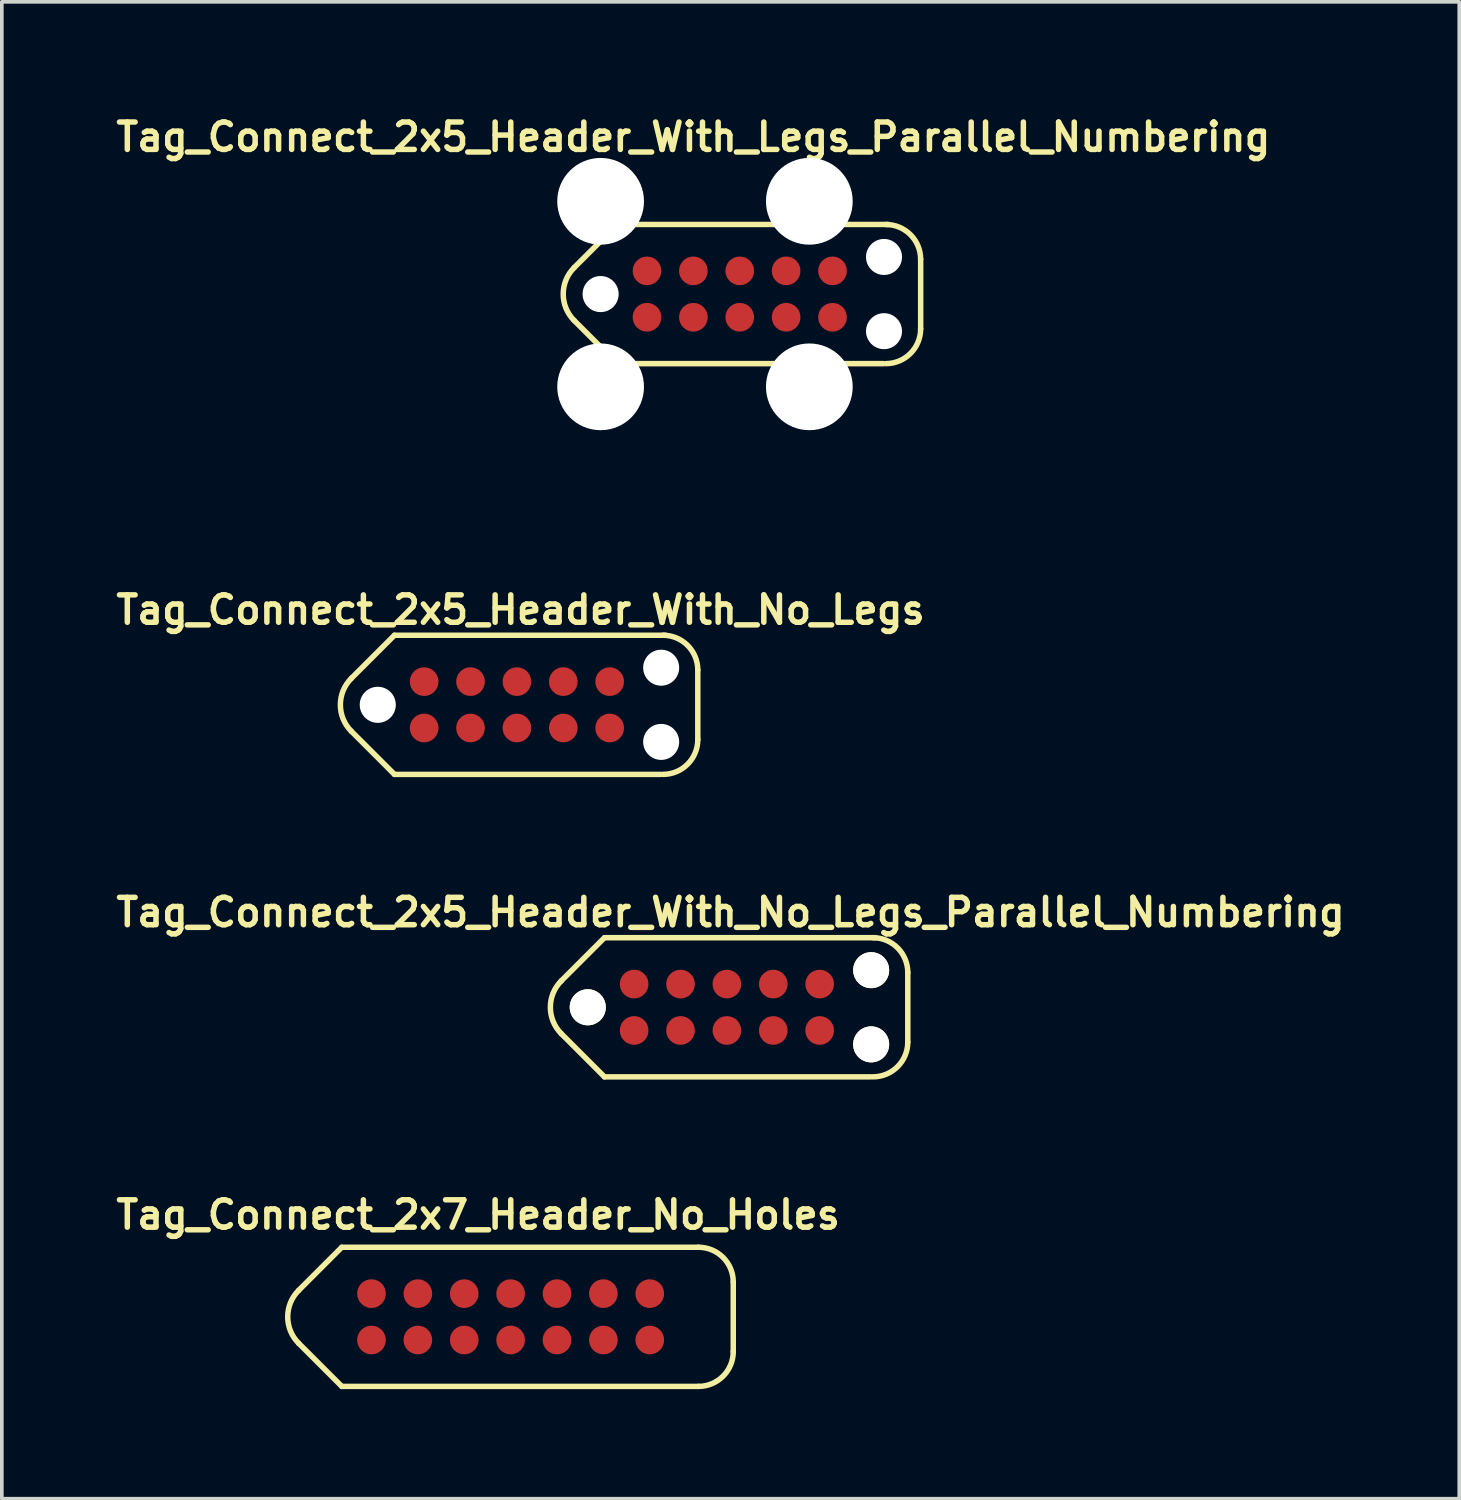
<source format=kicad_pcb>
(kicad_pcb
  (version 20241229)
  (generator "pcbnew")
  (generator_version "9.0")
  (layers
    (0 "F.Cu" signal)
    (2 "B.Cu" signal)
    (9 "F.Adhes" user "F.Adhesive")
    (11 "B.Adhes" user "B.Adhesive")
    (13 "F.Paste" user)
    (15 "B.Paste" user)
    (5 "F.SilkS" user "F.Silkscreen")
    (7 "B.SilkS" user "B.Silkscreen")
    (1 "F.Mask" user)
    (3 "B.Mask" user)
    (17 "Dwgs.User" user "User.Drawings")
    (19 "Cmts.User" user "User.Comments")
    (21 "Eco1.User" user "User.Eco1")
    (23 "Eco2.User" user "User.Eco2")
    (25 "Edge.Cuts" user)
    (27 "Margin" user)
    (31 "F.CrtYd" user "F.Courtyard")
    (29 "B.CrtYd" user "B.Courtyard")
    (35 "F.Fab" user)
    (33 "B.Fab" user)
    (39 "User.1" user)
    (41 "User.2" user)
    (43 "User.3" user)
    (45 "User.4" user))
  (footprint "Tag_Connect_2x7_Header_No_Holes"
    (layer "F.Cu")
    (at 10.932 33.007)
    (property "Reference" "Tag_Connect_2x7_Header_No_Holes" (at -0.889 -2.794 0) (layer "F.SilkS") (effects (font (size 0.75 0.75) (thickness 0.15))))
    (attr exclude_from_pos_files exclude_from_bom)
    (fp_line (start -5.804 -0.724) (end -4.623 -1.905) (stroke (width 0.15) (type solid)) (layer "F.SilkS"))
    (fp_line (start -5.804 0.724) (end -4.623 1.905) (stroke (width 0.15) (type solid)) (layer "F.SilkS"))
    (fp_line (start 5.144 -1.905) (end -4.623 -1.905) (stroke (width 0.15) (type solid)) (layer "F.SilkS"))
    (fp_line (start 5.144 1.905) (end -4.623 1.905) (stroke (width 0.15) (type solid)) (layer "F.SilkS"))
    (fp_line (start 6.096 -0.953) (end 6.096 0.953) (stroke (width 0.15) (type solid)) (layer "F.SilkS"))
    (fp_arc (start -5.8039 0.7239) (mid -6.103749 0) (end -5.8039 -0.7239) (stroke (width 0.15) (type solid)) (layer "F.SilkS"))
    (fp_arc (start 5.1435 -1.905) (mid 5.817019 -1.626019) (end 6.096 -0.9525) (stroke (width 0.15) (type solid)) (layer "F.SilkS"))
    (fp_arc (start 6.096 0.9525) (mid 5.817019 1.626019) (end 5.1435 1.905) (stroke (width 0.15) (type solid)) (layer "F.SilkS"))
    (pad "1" connect circle (at -3.81 0.635) (size 0.785 0.785) (layers "F.Cu" "F.Mask"))
    (pad "2" connect circle (at -2.54 0.635) (size 0.785 0.785) (layers "F.Cu" "F.Mask"))
    (pad "3" connect circle (at -1.27 0.635) (size 0.785 0.785) (layers "F.Cu" "F.Mask"))
    (pad "4" connect circle (at 0 0.635) (size 0.785 0.785) (layers "F.Cu" "F.Mask"))
    (pad "5" connect circle (at 1.27 0.635) (size 0.785 0.785) (layers "F.Cu" "F.Mask"))
    (pad "6" connect circle (at 2.54 0.635) (size 0.785 0.785) (layers "F.Cu" "F.Mask"))
    (pad "7" connect circle (at 3.81 0.635) (size 0.785 0.785) (layers "F.Cu" "F.Mask"))
    (pad "8" connect circle (at 3.81 -0.635) (size 0.785 0.785) (layers "F.Cu" "F.Mask"))
    (pad "9" connect circle (at 2.54 -0.635) (size 0.785 0.785) (layers "F.Cu" "F.Mask"))
    (pad "10" connect circle (at 1.27 -0.635) (size 0.785 0.785) (layers "F.Cu" "F.Mask"))
    (pad "11" connect circle (at 0 -0.635) (size 0.785 0.785) (layers "F.Cu" "F.Mask"))
    (pad "12" connect circle (at -1.27 -0.635) (size 0.785 0.785) (layers "F.Cu" "F.Mask"))
    (pad "13" connect circle (at -2.54 -0.635) (size 0.785 0.785) (layers "F.Cu" "F.Mask"))
    (pad "14" connect circle (at -3.81 -0.635) (size 0.785 0.785) (layers "F.Cu" "F.Mask")))
  (footprint "Tag_Connect_2x5_Header_With_No_Legs_Parallel_Numbering"
    (layer "F.Cu")
    (at 16.854 24.531)
    (property "Reference" "Tag_Connect_2x5_Header_With_No_Legs_Parallel_Numbering" (at 0.1 -2.6 0) (layer "F.SilkS") (effects (font (size 0.75 0.75) (thickness 0.15))))
    (attr exclude_from_pos_files exclude_from_bom)
    (fp_line (start -4.534 -0.724) (end -3.353 -1.905) (stroke (width 0.15) (type solid)) (layer "F.SilkS"))
    (fp_line (start -4.534 0.724) (end -3.353 1.905) (stroke (width 0.15) (type solid)) (layer "F.SilkS"))
    (fp_line (start 3.937 1.905) (end -3.353 1.905) (stroke (width 0.15) (type solid)) (layer "F.SilkS"))
    (fp_line (start 4.064 -1.905) (end -3.353 -1.905) (stroke (width 0.15) (type solid)) (layer "F.SilkS"))
    (fp_line (start 4.953 -0.953) (end 4.953 0.953) (stroke (width 0.15) (type solid)) (layer "F.SilkS"))
    (fp_arc (start -4.5339 0.7239) (mid -4.833749 0) (end -4.5339 -0.7239) (stroke (width 0.15) (type solid)) (layer "F.SilkS"))
    (fp_arc (start 4.0005 -1.905) (mid 4.674019 -1.626019) (end 4.953 -0.9525) (stroke (width 0.15) (type solid)) (layer "F.SilkS"))
    (fp_arc (start 4.953 0.9525) (mid 4.674019 1.626019) (end 4.0005 1.905) (stroke (width 0.15) (type solid)) (layer "F.SilkS"))
    (pad "" np_thru_hole circle (at -3.81 0) (size 0.988 0.988) (drill 0.988) (layers "*.Cu" "*.Mask" "F.SilkS"))
    (pad "" np_thru_hole circle (at 3.95 -1.016) (size 0.986 0.986) (drill 0.986) (layers "*.Cu" "*.Mask" "F.SilkS"))
    (pad "" np_thru_hole circle (at 3.95 1.016) (size 0.986 0.986) (drill 0.986) (layers "*.Cu" "*.Mask" "F.SilkS"))
    (pad "1" connect circle (at -2.54 0.635) (size 0.785 0.785) (layers "F.Cu" "F.Mask"))
    (pad "2" connect circle (at -2.54 -0.635) (size 0.785 0.785) (layers "F.Cu" "F.Mask"))
    (pad "3" connect circle (at -1.27 0.635) (size 0.785 0.785) (layers "F.Cu" "F.Mask"))
    (pad "4" connect circle (at -1.27 -0.635) (size 0.785 0.785) (layers "F.Cu" "F.Mask"))
    (pad "5" connect circle (at 0 0.635) (size 0.785 0.785) (layers "F.Cu" "F.Mask"))
    (pad "6" connect circle (at 0 -0.635) (size 0.785 0.785) (layers "F.Cu" "F.Mask"))
    (pad "7" connect circle (at 1.27 0.635) (size 0.785 0.785) (layers "F.Cu" "F.Mask"))
    (pad "8" connect circle (at 1.27 -0.635) (size 0.785 0.785) (layers "F.Cu" "F.Mask"))
    (pad "9" connect circle (at 2.54 0.635) (size 0.785 0.785) (layers "F.Cu" "F.Mask"))
    (pad "10" connect circle (at 2.54 -0.635) (size 0.785 0.785) (layers "F.Cu" "F.Mask")))
  (footprint "Tag_Connect_2x5_Header_With_No_Legs"
    (layer "F.Cu")
    (at 11.104 16.249)
    (property "Reference" "Tag_Connect_2x5_Header_With_No_Legs" (at 0.1 -2.6 0) (layer "F.SilkS") (effects (font (size 0.75 0.75) (thickness 0.15))))
    (attr exclude_from_pos_files exclude_from_bom)
    (fp_line (start -4.534 -0.724) (end -3.353 -1.905) (stroke (width 0.15) (type solid)) (layer "F.SilkS"))
    (fp_line (start -4.534 0.724) (end -3.353 1.905) (stroke (width 0.15) (type solid)) (layer "F.SilkS"))
    (fp_line (start 3.937 1.905) (end -3.353 1.905) (stroke (width 0.15) (type solid)) (layer "F.SilkS"))
    (fp_line (start 4.064 -1.905) (end -3.353 -1.905) (stroke (width 0.15) (type solid)) (layer "F.SilkS"))
    (fp_line (start 4.953 -0.953) (end 4.953 0.953) (stroke (width 0.15) (type solid)) (layer "F.SilkS"))
    (fp_arc (start -4.5339 0.7239) (mid -4.833749 0) (end -4.5339 -0.7239) (stroke (width 0.15) (type solid)) (layer "F.SilkS"))
    (fp_arc (start 4.0005 -1.905) (mid 4.674019 -1.626019) (end 4.953 -0.9525) (stroke (width 0.15) (type solid)) (layer "F.SilkS"))
    (fp_arc (start 4.953 0.9525) (mid 4.674019 1.626019) (end 4.0005 1.905) (stroke (width 0.15) (type solid)) (layer "F.SilkS"))
    (pad "" np_thru_hole circle (at -3.81 0) (size 0.988 0.988) (drill 0.988) (layers "*.Cu" "*.Mask"))
    (pad "" np_thru_hole circle (at 3.95 -1.016) (size 0.986 0.986) (drill 0.986) (layers "*.Cu" "*.Mask"))
    (pad "" np_thru_hole circle (at 3.95 1.016) (size 0.986 0.986) (drill 0.986) (layers "*.Cu" "*.Mask"))
    (pad "1" connect circle (at -2.54 0.635) (size 0.785 0.785) (layers "F.Cu" "F.Mask"))
    (pad "2" connect circle (at -1.27 0.635) (size 0.785 0.785) (layers "F.Cu" "F.Mask"))
    (pad "3" connect circle (at 0 0.635) (size 0.785 0.785) (layers "F.Cu" "F.Mask"))
    (pad "4" connect circle (at 1.27 0.635) (size 0.785 0.785) (layers "F.Cu" "F.Mask"))
    (pad "5" connect circle (at 2.54 0.635) (size 0.785 0.785) (layers "F.Cu" "F.Mask"))
    (pad "6" connect circle (at 2.54 -0.635) (size 0.785 0.785) (layers "F.Cu" "F.Mask"))
    (pad "7" connect circle (at 1.27 -0.635) (size 0.785 0.785) (layers "F.Cu" "F.Mask"))
    (pad "8" connect circle (at 0 -0.635) (size 0.785 0.785) (layers "F.Cu" "F.Mask"))
    (pad "9" connect circle (at -1.27 -0.635) (size 0.785 0.785) (layers "F.Cu" "F.Mask"))
    (pad "10" connect circle (at -2.54 -0.635) (size 0.785 0.785) (layers "F.Cu" "F.Mask")))
  (footprint "Tag_Connect_2x5_Header_With_Legs_Parallel_Numbering"
    (layer "F.Cu")
    (at 17.206 5.002)
    (property "Reference" "Tag_Connect_2x5_Header_With_Legs_Parallel_Numbering" (at -1.27 -4.3 0) (layer "F.SilkS") (effects (font (size 0.75 0.75) (thickness 0.15))))
    (attr exclude_from_pos_files exclude_from_bom)
    (fp_line (start -4.534 -0.724) (end -3.353 -1.905) (stroke (width 0.15) (type solid)) (layer "F.SilkS"))
    (fp_line (start -4.534 0.724) (end -3.353 1.905) (stroke (width 0.15) (type solid)) (layer "F.SilkS"))
    (fp_line (start 3.937 1.905) (end -3.353 1.905) (stroke (width 0.15) (type solid)) (layer "F.SilkS"))
    (fp_line (start 4.064 -1.905) (end -3.353 -1.905) (stroke (width 0.15) (type solid)) (layer "F.SilkS"))
    (fp_line (start 4.953 -0.953) (end 4.953 0.953) (stroke (width 0.15) (type solid)) (layer "F.SilkS"))
    (fp_arc (start -4.5339 0.7239) (mid -4.833749 0) (end -4.5339 -0.7239) (stroke (width 0.15) (type solid)) (layer "F.SilkS"))
    (fp_arc (start 4.0005 -1.905) (mid 4.674019 -1.626019) (end 4.953 -0.9525) (stroke (width 0.15) (type solid)) (layer "F.SilkS"))
    (fp_arc (start 4.953 0.9525) (mid 4.674019 1.626019) (end 4.0005 1.905) (stroke (width 0.15) (type solid)) (layer "F.SilkS"))
    (fp_line (start -4.585 -4.895) (end -3.035 -4.895) (stroke (width 0.1) (type solid)) (layer "Eco2.User"))
    (fp_line (start -4.585 -3.45) (end -4.585 -4.895) (stroke (width 0.1) (type solid)) (layer "Eco2.User"))
    (fp_line (start -4.585 3.45) (end -4.585 4.895) (stroke (width 0.1) (type solid)) (layer "Eco2.User"))
    (fp_line (start -4.585 4.895) (end -3.035 4.895) (stroke (width 0.1) (type solid)) (layer "Eco2.User"))
    (fp_line (start -3.035 -4.895) (end -3.035 -3.45) (stroke (width 0.1) (type solid)) (layer "Eco2.User"))
    (fp_line (start -3.035 4.895) (end -3.035 3.45) (stroke (width 0.1) (type solid)) (layer "Eco2.User"))
    (fp_line (start 1.131 -4.895) (end 2.679 -4.895) (stroke (width 0.1) (type solid)) (layer "Eco2.User"))
    (fp_line (start 1.131 -3.45) (end 1.131 -4.895) (stroke (width 0.1) (type solid)) (layer "Eco2.User"))
    (fp_line (start 1.131 3.45) (end 1.131 4.895) (stroke (width 0.1) (type solid)) (layer "Eco2.User"))
    (fp_line (start 1.131 4.895) (end 2.679 4.895) (stroke (width 0.1) (type solid)) (layer "Eco2.User"))
    (fp_line (start 2.679 -4.895) (end 2.679 -3.45) (stroke (width 0.1) (type solid)) (layer "Eco2.User"))
    (fp_line (start 2.679 4.895) (end 2.679 3.45) (stroke (width 0.1) (type solid)) (layer "Eco2.User"))
    (pad "" np_thru_hole circle (at -3.81 -2.54) (size 2.375 2.375) (drill 2.375) (layers "*.Cu" "*.Mask"))
    (pad "" np_thru_hole circle (at -3.81 0) (size 0.988 0.988) (drill 0.988) (layers "*.Cu" "*.Mask"))
    (pad "" np_thru_hole circle (at -3.81 2.54) (size 2.375 2.375) (drill 2.375) (layers "*.Cu" "*.Mask"))
    (pad "" np_thru_hole circle (at 1.905 -2.54) (size 2.375 2.375) (drill 2.375) (layers "*.Cu" "*.Mask"))
    (pad "" np_thru_hole circle (at 1.905 2.54) (size 2.375 2.375) (drill 2.375) (layers "*.Cu" "*.Mask"))
    (pad "" np_thru_hole circle (at 3.95 -1.016) (size 0.986 0.986) (drill 0.986) (layers "*.Cu" "*.Mask"))
    (pad "" np_thru_hole circle (at 3.95 1.016) (size 0.986 0.986) (drill 0.986) (layers "*.Cu" "*.Mask"))
    (pad "1" connect circle (at -2.54 0.635) (size 0.785 0.785) (layers "F.Cu" "F.Mask"))
    (pad "2" connect circle (at -2.54 -0.635) (size 0.785 0.785) (layers "F.Cu" "F.Mask"))
    (pad "3" connect circle (at -1.27 0.635) (size 0.785 0.785) (layers "F.Cu" "F.Mask"))
    (pad "4" connect circle (at -1.27 -0.635) (size 0.785 0.785) (layers "F.Cu" "F.Mask"))
    (pad "5" connect circle (at 0 0.635) (size 0.785 0.785) (layers "F.Cu" "F.Mask"))
    (pad "6" connect circle (at 0 -0.635) (size 0.785 0.785) (layers "F.Cu" "F.Mask"))
    (pad "7" connect circle (at 1.27 0.635) (size 0.785 0.785) (layers "F.Cu" "F.Mask"))
    (pad "8" connect circle (at 1.27 -0.635) (size 0.785 0.785) (layers "F.Cu" "F.Mask"))
    (pad "9" connect circle (at 2.54 0.635) (size 0.785 0.785) (layers "F.Cu" "F.Mask"))
    (pad "10" connect circle (at 2.54 -0.635) (size 0.785 0.785) (layers "F.Cu" "F.Mask")))
  (gr_rect
    (start -3 -3)
    (end 36.907 37.987)
    (stroke (width 0.1) (type default))
    (fill no)
    (layer "Edge.Cuts")))
</source>
